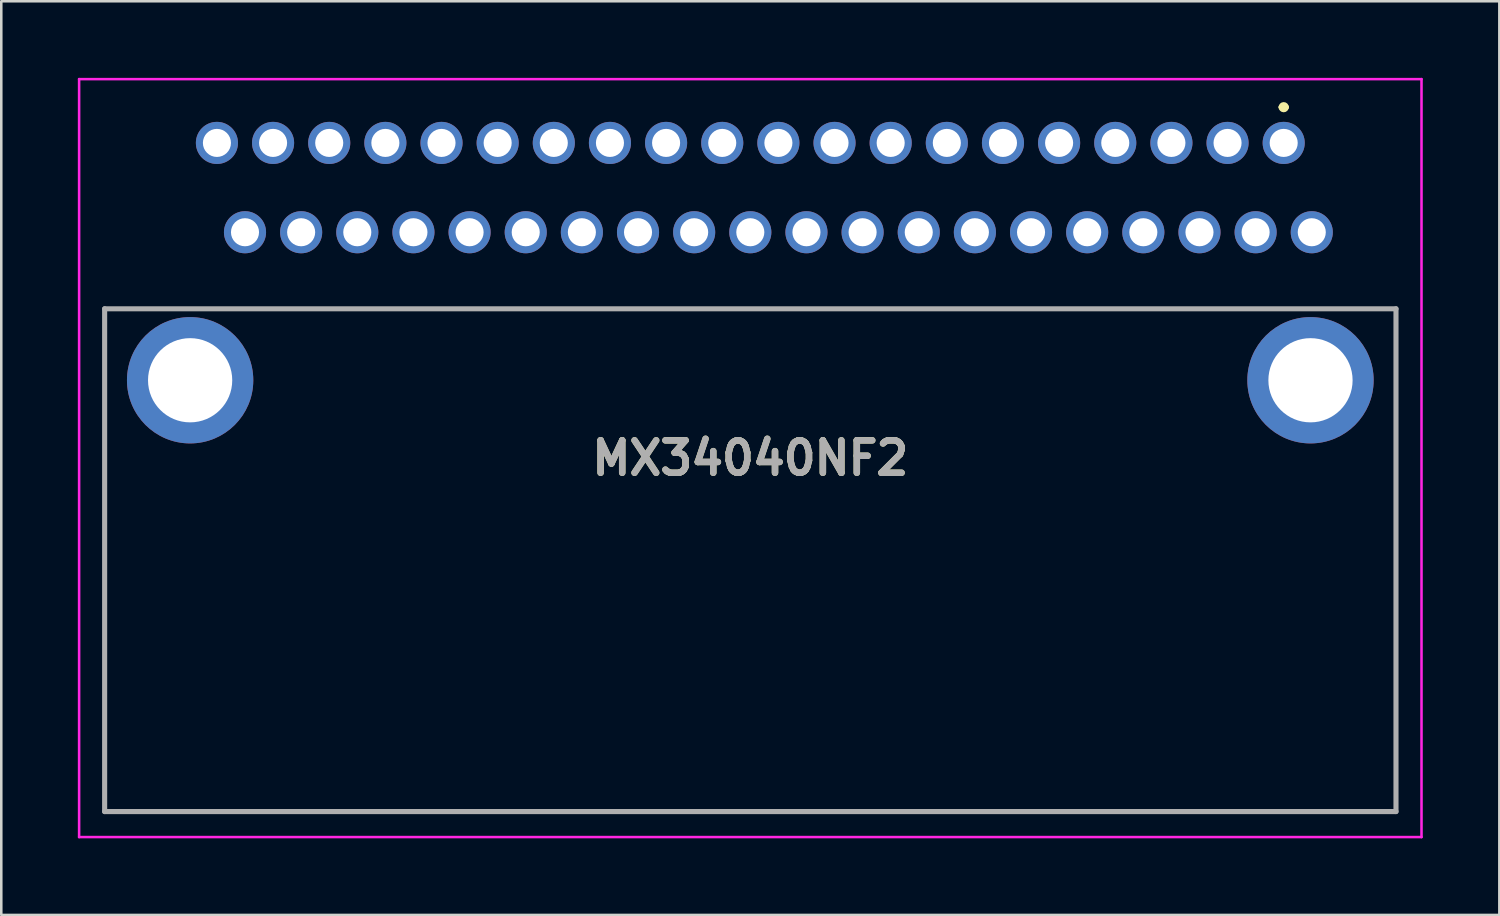
<source format=kicad_pcb>
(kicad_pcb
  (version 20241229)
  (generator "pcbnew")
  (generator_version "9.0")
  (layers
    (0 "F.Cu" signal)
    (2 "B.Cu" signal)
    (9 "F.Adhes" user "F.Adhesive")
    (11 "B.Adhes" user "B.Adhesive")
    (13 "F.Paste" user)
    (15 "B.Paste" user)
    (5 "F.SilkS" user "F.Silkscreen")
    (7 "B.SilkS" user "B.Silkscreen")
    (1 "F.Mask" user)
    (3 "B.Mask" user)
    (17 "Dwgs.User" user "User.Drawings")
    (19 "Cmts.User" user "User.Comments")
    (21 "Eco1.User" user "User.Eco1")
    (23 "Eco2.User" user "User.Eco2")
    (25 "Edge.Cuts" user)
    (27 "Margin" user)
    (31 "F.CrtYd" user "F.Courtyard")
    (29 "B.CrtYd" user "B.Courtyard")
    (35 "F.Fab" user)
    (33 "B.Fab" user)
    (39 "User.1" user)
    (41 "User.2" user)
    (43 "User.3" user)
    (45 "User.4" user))
  (footprint "MX34040NF2"
    (layer "F.Cu")
    (at 26.35 14.9)
    (property "Reference" "MX34040NF2" (at 0 0 0) (layer "F.SilkS") (effects (font (size 1.27 1.27) (thickness 0.254))))
    (attr through_hole)
    (fp_line (start -25.3 -5.85) (end 25.3 -5.85) (stroke (width 0.1) (type solid)) (layer "F.SilkS"))
    (fp_line (start -25.3 13.85) (end -25.3 -5.85) (stroke (width 0.1) (type solid)) (layer "F.SilkS"))
    (fp_line (start 20.8 -13.75) (end 20.8 -13.75) (stroke (width 0.2) (type solid)) (layer "F.SilkS"))
    (fp_line (start 21 -13.75) (end 21 -13.75) (stroke (width 0.2) (type solid)) (layer "F.SilkS"))
    (fp_line (start 25.3 -5.85) (end 25.3 13.85) (stroke (width 0.1) (type solid)) (layer "F.SilkS"))
    (fp_line (start 25.3 13.85) (end -25.3 13.85) (stroke (width 0.1) (type solid)) (layer "F.SilkS"))
    (fp_arc (start 20.8 -13.75) (mid 20.9 -13.85) (end 21 -13.75) (stroke (width 0.2) (type solid)) (layer "F.SilkS"))
    (fp_arc (start 21 -13.75) (mid 20.9 -13.65) (end 20.8 -13.75) (stroke (width 0.2) (type solid)) (layer "F.SilkS"))
    (fp_line (start -26.3 -14.85) (end 26.3 -14.85) (stroke (width 0.1) (type solid)) (layer "F.CrtYd"))
    (fp_line (start -26.3 14.85) (end -26.3 -14.85) (stroke (width 0.1) (type solid)) (layer "F.CrtYd"))
    (fp_line (start 26.3 -14.85) (end 26.3 14.85) (stroke (width 0.1) (type solid)) (layer "F.CrtYd"))
    (fp_line (start 26.3 14.85) (end -26.3 14.85) (stroke (width 0.1) (type solid)) (layer "F.CrtYd"))
    (fp_line (start -25.3 -5.85) (end 25.3 -5.85) (stroke (width 0.2) (type solid)) (layer "F.Fab"))
    (fp_line (start -25.3 13.85) (end -25.3 -5.85) (stroke (width 0.2) (type solid)) (layer "F.Fab"))
    (fp_line (start 25.3 -5.85) (end 25.3 13.85) (stroke (width 0.2) (type solid)) (layer "F.Fab"))
    (fp_line (start 25.3 13.85) (end -25.3 13.85) (stroke (width 0.2) (type solid)) (layer "F.Fab"))
    (fp_text user "${REFERENCE}" (at 0 0 0) (layer "F.Fab") (effects (font (size 1.27 1.27) (thickness 0.254))))
    (pad "1" thru_hole circle (at 20.9 -12.35) (size 1.65 1.65) (drill 1.1) (layers "*.Cu" "*.Mask"))
    (pad "2" thru_hole circle (at 18.7 -12.35) (size 1.65 1.65) (drill 1.1) (layers "*.Cu" "*.Mask"))
    (pad "3" thru_hole circle (at 16.5 -12.35) (size 1.65 1.65) (drill 1.1) (layers "*.Cu" "*.Mask"))
    (pad "4" thru_hole circle (at 14.3 -12.35) (size 1.65 1.65) (drill 1.1) (layers "*.Cu" "*.Mask"))
    (pad "5" thru_hole circle (at 12.1 -12.35) (size 1.65 1.65) (drill 1.1) (layers "*.Cu" "*.Mask"))
    (pad "6" thru_hole circle (at 9.9 -12.35) (size 1.65 1.65) (drill 1.1) (layers "*.Cu" "*.Mask"))
    (pad "7" thru_hole circle (at 7.7 -12.35) (size 1.65 1.65) (drill 1.1) (layers "*.Cu" "*.Mask"))
    (pad "8" thru_hole circle (at 5.5 -12.35) (size 1.65 1.65) (drill 1.1) (layers "*.Cu" "*.Mask"))
    (pad "9" thru_hole circle (at 3.3 -12.35) (size 1.65 1.65) (drill 1.1) (layers "*.Cu" "*.Mask"))
    (pad "10" thru_hole circle (at 1.1 -12.35) (size 1.65 1.65) (drill 1.1) (layers "*.Cu" "*.Mask"))
    (pad "11" thru_hole circle (at -1.1 -12.35) (size 1.65 1.65) (drill 1.1) (layers "*.Cu" "*.Mask"))
    (pad "12" thru_hole circle (at -3.3 -12.35) (size 1.65 1.65) (drill 1.1) (layers "*.Cu" "*.Mask"))
    (pad "13" thru_hole circle (at -5.5 -12.35) (size 1.65 1.65) (drill 1.1) (layers "*.Cu" "*.Mask"))
    (pad "14" thru_hole circle (at -7.7 -12.35) (size 1.65 1.65) (drill 1.1) (layers "*.Cu" "*.Mask"))
    (pad "15" thru_hole circle (at -9.9 -12.35) (size 1.65 1.65) (drill 1.1) (layers "*.Cu" "*.Mask"))
    (pad "16" thru_hole circle (at -12.1 -12.35) (size 1.65 1.65) (drill 1.1) (layers "*.Cu" "*.Mask"))
    (pad "17" thru_hole circle (at -14.3 -12.35) (size 1.65 1.65) (drill 1.1) (layers "*.Cu" "*.Mask"))
    (pad "18" thru_hole circle (at -16.5 -12.35) (size 1.65 1.65) (drill 1.1) (layers "*.Cu" "*.Mask"))
    (pad "19" thru_hole circle (at -18.7 -12.35) (size 1.65 1.65) (drill 1.1) (layers "*.Cu" "*.Mask"))
    (pad "20" thru_hole circle (at -20.9 -12.35) (size 1.65 1.65) (drill 1.1) (layers "*.Cu" "*.Mask"))
    (pad "21" thru_hole circle (at 22 -8.85) (size 1.65 1.65) (drill 1.1) (layers "*.Cu" "*.Mask"))
    (pad "22" thru_hole circle (at 19.8 -8.85) (size 1.65 1.65) (drill 1.1) (layers "*.Cu" "*.Mask"))
    (pad "23" thru_hole circle (at 17.6 -8.85) (size 1.65 1.65) (drill 1.1) (layers "*.Cu" "*.Mask"))
    (pad "24" thru_hole circle (at 15.4 -8.85) (size 1.65 1.65) (drill 1.1) (layers "*.Cu" "*.Mask"))
    (pad "25" thru_hole circle (at 13.2 -8.85) (size 1.65 1.65) (drill 1.1) (layers "*.Cu" "*.Mask"))
    (pad "26" thru_hole circle (at 11 -8.85) (size 1.65 1.65) (drill 1.1) (layers "*.Cu" "*.Mask"))
    (pad "27" thru_hole circle (at 8.8 -8.85) (size 1.65 1.65) (drill 1.1) (layers "*.Cu" "*.Mask"))
    (pad "28" thru_hole circle (at 6.6 -8.85) (size 1.65 1.65) (drill 1.1) (layers "*.Cu" "*.Mask"))
    (pad "29" thru_hole circle (at 4.4 -8.85) (size 1.65 1.65) (drill 1.1) (layers "*.Cu" "*.Mask"))
    (pad "30" thru_hole circle (at 2.2 -8.85) (size 1.65 1.65) (drill 1.1) (layers "*.Cu" "*.Mask"))
    (pad "31" thru_hole circle (at 0 -8.85) (size 1.65 1.65) (drill 1.1) (layers "*.Cu" "*.Mask"))
    (pad "32" thru_hole circle (at -2.2 -8.85) (size 1.65 1.65) (drill 1.1) (layers "*.Cu" "*.Mask"))
    (pad "33" thru_hole circle (at -4.4 -8.85) (size 1.65 1.65) (drill 1.1) (layers "*.Cu" "*.Mask"))
    (pad "34" thru_hole circle (at -6.6 -8.85) (size 1.65 1.65) (drill 1.1) (layers "*.Cu" "*.Mask"))
    (pad "35" thru_hole circle (at -8.8 -8.85) (size 1.65 1.65) (drill 1.1) (layers "*.Cu" "*.Mask"))
    (pad "36" thru_hole circle (at -11 -8.85) (size 1.65 1.65) (drill 1.1) (layers "*.Cu" "*.Mask"))
    (pad "37" thru_hole circle (at -13.2 -8.85) (size 1.65 1.65) (drill 1.1) (layers "*.Cu" "*.Mask"))
    (pad "38" thru_hole circle (at -15.4 -8.85) (size 1.65 1.65) (drill 1.1) (layers "*.Cu" "*.Mask"))
    (pad "39" thru_hole circle (at -17.6 -8.85) (size 1.65 1.65) (drill 1.1) (layers "*.Cu" "*.Mask"))
    (pad "40" thru_hole circle (at -19.8 -8.85) (size 1.65 1.65) (drill 1.1) (layers "*.Cu" "*.Mask"))
    (pad "41" thru_hole circle (at -21.95 -3.05) (size 4.95 4.95) (drill 3.3) (layers "*.Cu" "*.Mask"))
    (pad "42" thru_hole circle (at 21.95 -3.05) (size 4.95 4.95) (drill 3.3) (layers "*.Cu" "*.Mask")))
  (gr_rect
    (start -3 -3)
    (end 55.7 32.8)
    (stroke (width 0.1) (type default))
    (fill no)
    (layer "Edge.Cuts")))
</source>
